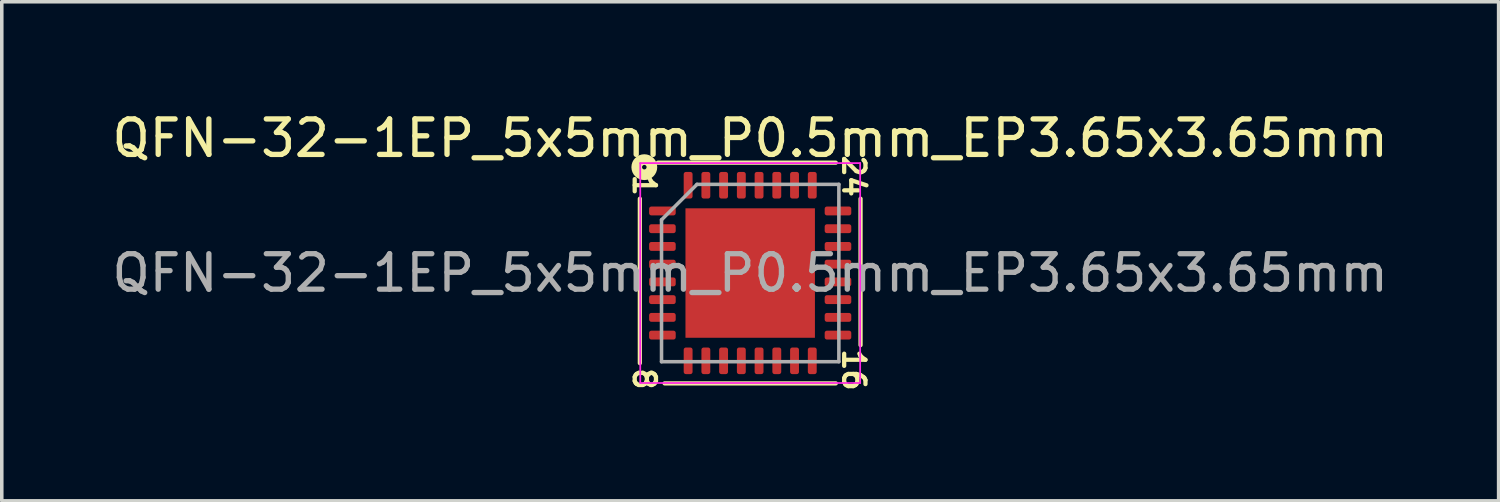
<source format=kicad_pcb>
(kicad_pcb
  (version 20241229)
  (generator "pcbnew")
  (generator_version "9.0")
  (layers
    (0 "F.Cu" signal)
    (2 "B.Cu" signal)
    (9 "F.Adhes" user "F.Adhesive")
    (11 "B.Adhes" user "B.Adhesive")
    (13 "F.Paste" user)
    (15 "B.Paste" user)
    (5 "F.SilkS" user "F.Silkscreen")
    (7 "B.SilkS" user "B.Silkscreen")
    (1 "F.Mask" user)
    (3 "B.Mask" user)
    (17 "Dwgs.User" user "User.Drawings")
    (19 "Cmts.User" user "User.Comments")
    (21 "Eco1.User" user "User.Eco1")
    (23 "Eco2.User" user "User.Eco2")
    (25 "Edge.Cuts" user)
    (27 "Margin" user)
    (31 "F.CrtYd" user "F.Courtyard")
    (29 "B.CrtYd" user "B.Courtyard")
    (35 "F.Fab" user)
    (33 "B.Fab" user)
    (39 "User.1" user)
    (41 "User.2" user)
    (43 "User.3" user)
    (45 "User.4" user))
  (footprint "QFN-32-1EP_5x5mm_P0.5mm_EP3.65x3.65mm"
    (layer "F.Cu")
    (at 18.101 4.648)
    (property "Reference" "QFN-32-1EP_5x5mm_P0.5mm_EP3.65x3.65mm" (at 0 -3.8 0) (layer "F.SilkS") (effects (font (size 1 1) (thickness 0.15))))
    (attr smd)
    (fp_line (start -3.111 -2.095) (end -3.111 2.54) (stroke (width 0.12) (type solid)) (layer "F.SilkS"))
    (fp_line (start -2.413 3.111) (end 2.413 3.111) (stroke (width 0.12) (type solid)) (layer "F.SilkS"))
    (fp_line (start 2.413 -3.111) (end -2.603 -3.111) (stroke (width 0.12) (type solid)) (layer "F.SilkS"))
    (fp_line (start 3.111 2.032) (end 3.111 -2.095) (stroke (width 0.12) (type solid)) (layer "F.SilkS"))
    (fp_circle (center -2.985 -2.985) (end -2.921 -2.985) (stroke (width 0.3) (type solid)) (fill no) (layer "F.SilkS"))
    (fp_line (start -3.1 -3.1) (end -3.1 3.1) (stroke (width 0.05) (type solid)) (layer "F.CrtYd"))
    (fp_line (start -3.1 3.1) (end 3.1 3.1) (stroke (width 0.05) (type solid)) (layer "F.CrtYd"))
    (fp_line (start 3.1 -3.1) (end -3.1 -3.1) (stroke (width 0.05) (type solid)) (layer "F.CrtYd"))
    (fp_line (start 3.1 3.1) (end 3.1 -3.1) (stroke (width 0.05) (type solid)) (layer "F.CrtYd"))
    (fp_line (start -2.5 -1.5) (end -1.5 -2.5) (stroke (width 0.1) (type solid)) (layer "F.Fab"))
    (fp_line (start -2.5 2.5) (end -2.5 -1.5) (stroke (width 0.1) (type solid)) (layer "F.Fab"))
    (fp_line (start -1.5 -2.5) (end 2.5 -2.5) (stroke (width 0.1) (type solid)) (layer "F.Fab"))
    (fp_line (start 2.5 -2.5) (end 2.5 2.5) (stroke (width 0.1) (type solid)) (layer "F.Fab"))
    (fp_line (start 2.5 2.5) (end -2.5 2.5) (stroke (width 0.1) (type solid)) (layer "F.Fab"))
    (fp_text user "16" (at 2.921 2.731 270) (unlocked yes) (layer "F.SilkS") (effects (font (size 0.6 0.6) (thickness 0.12))))
    (fp_text user "24" (at 2.921 -2.731 270) (unlocked yes) (layer "F.SilkS") (effects (font (size 0.6 0.6) (thickness 0.12))))
    (fp_text user "1" (at -2.985 -2.477 270) (unlocked yes) (layer "F.SilkS") (effects (font (size 0.6 0.6) (thickness 0.12))))
    (fp_text user "8" (at -2.985 2.985 270) (unlocked yes) (layer "F.SilkS") (effects (font (size 0.6 0.6) (thickness 0.12))))
    (fp_text user "${REFERENCE}" (at 0 0 0) (layer "F.Fab") (effects (font (size 1 1) (thickness 0.15))))
    (pad "" smd roundrect (at -1.22 -1.22) (size 0.98 0.98) (layers "F.Paste") (roundrect_rratio 0.25))
    (pad "" smd roundrect (at -1.22 0) (size 0.98 0.98) (layers "F.Paste") (roundrect_rratio 0.25))
    (pad "" smd roundrect (at -1.22 1.22) (size 0.98 0.98) (layers "F.Paste") (roundrect_rratio 0.25))
    (pad "" smd roundrect (at 0 -1.22) (size 0.98 0.98) (layers "F.Paste") (roundrect_rratio 0.25))
    (pad "" smd roundrect (at 0 0) (size 0.98 0.98) (layers "F.Paste") (roundrect_rratio 0.25))
    (pad "" smd roundrect (at 0 1.22) (size 0.98 0.98) (layers "F.Paste") (roundrect_rratio 0.25))
    (pad "" smd roundrect (at 1.22 -1.22) (size 0.98 0.98) (layers "F.Paste") (roundrect_rratio 0.25))
    (pad "" smd roundrect (at 1.22 0) (size 0.98 0.98) (layers "F.Paste") (roundrect_rratio 0.25))
    (pad "" smd roundrect (at 1.22 1.22) (size 0.98 0.98) (layers "F.Paste") (roundrect_rratio 0.25))
    (pad "1" smd roundrect (at -2.475 -1.75) (size 0.75 0.25) (layers "F.Cu" "F.Mask" "F.Paste") (roundrect_rratio 0.25))
    (pad "2" smd roundrect (at -2.475 -1.25) (size 0.75 0.25) (layers "F.Cu" "F.Mask" "F.Paste") (roundrect_rratio 0.25))
    (pad "3" smd roundrect (at -2.475 -0.75) (size 0.75 0.25) (layers "F.Cu" "F.Mask" "F.Paste") (roundrect_rratio 0.25))
    (pad "4" smd roundrect (at -2.475 -0.25) (size 0.75 0.25) (layers "F.Cu" "F.Mask" "F.Paste") (roundrect_rratio 0.25))
    (pad "5" smd roundrect (at -2.475 0.25) (size 0.75 0.25) (layers "F.Cu" "F.Mask" "F.Paste") (roundrect_rratio 0.25))
    (pad "6" smd roundrect (at -2.475 0.75) (size 0.75 0.25) (layers "F.Cu" "F.Mask" "F.Paste") (roundrect_rratio 0.25))
    (pad "7" smd roundrect (at -2.475 1.25) (size 0.75 0.25) (layers "F.Cu" "F.Mask" "F.Paste") (roundrect_rratio 0.25))
    (pad "8" smd roundrect (at -2.475 1.75) (size 0.75 0.25) (layers "F.Cu" "F.Mask" "F.Paste") (roundrect_rratio 0.25))
    (pad "9" smd roundrect (at -1.75 2.475) (size 0.25 0.75) (layers "F.Cu" "F.Mask" "F.Paste") (roundrect_rratio 0.25))
    (pad "10" smd roundrect (at -1.25 2.475) (size 0.25 0.75) (layers "F.Cu" "F.Mask" "F.Paste") (roundrect_rratio 0.25))
    (pad "11" smd roundrect (at -0.75 2.475) (size 0.25 0.75) (layers "F.Cu" "F.Mask" "F.Paste") (roundrect_rratio 0.25))
    (pad "12" smd roundrect (at -0.25 2.475) (size 0.25 0.75) (layers "F.Cu" "F.Mask" "F.Paste") (roundrect_rratio 0.25))
    (pad "13" smd roundrect (at 0.25 2.475) (size 0.25 0.75) (layers "F.Cu" "F.Mask" "F.Paste") (roundrect_rratio 0.25))
    (pad "14" smd roundrect (at 0.75 2.475) (size 0.25 0.75) (layers "F.Cu" "F.Mask" "F.Paste") (roundrect_rratio 0.25))
    (pad "15" smd roundrect (at 1.25 2.475) (size 0.25 0.75) (layers "F.Cu" "F.Mask" "F.Paste") (roundrect_rratio 0.25))
    (pad "16" smd roundrect (at 1.75 2.475) (size 0.25 0.75) (layers "F.Cu" "F.Mask" "F.Paste") (roundrect_rratio 0.25))
    (pad "17" smd roundrect (at 2.475 1.75) (size 0.75 0.25) (layers "F.Cu" "F.Mask" "F.Paste") (roundrect_rratio 0.25))
    (pad "18" smd roundrect (at 2.475 1.25) (size 0.75 0.25) (layers "F.Cu" "F.Mask" "F.Paste") (roundrect_rratio 0.25))
    (pad "19" smd roundrect (at 2.475 0.75) (size 0.75 0.25) (layers "F.Cu" "F.Mask" "F.Paste") (roundrect_rratio 0.25))
    (pad "20" smd roundrect (at 2.475 0.25) (size 0.75 0.25) (layers "F.Cu" "F.Mask" "F.Paste") (roundrect_rratio 0.25))
    (pad "21" smd roundrect (at 2.475 -0.25) (size 0.75 0.25) (layers "F.Cu" "F.Mask" "F.Paste") (roundrect_rratio 0.25))
    (pad "22" smd roundrect (at 2.475 -0.75) (size 0.75 0.25) (layers "F.Cu" "F.Mask" "F.Paste") (roundrect_rratio 0.25))
    (pad "23" smd roundrect (at 2.475 -1.25) (size 0.75 0.25) (layers "F.Cu" "F.Mask" "F.Paste") (roundrect_rratio 0.25))
    (pad "24" smd roundrect (at 2.475 -1.75) (size 0.75 0.25) (layers "F.Cu" "F.Mask" "F.Paste") (roundrect_rratio 0.25))
    (pad "25" smd roundrect (at 1.75 -2.475) (size 0.25 0.75) (layers "F.Cu" "F.Mask" "F.Paste") (roundrect_rratio 0.25))
    (pad "26" smd roundrect (at 1.25 -2.475) (size 0.25 0.75) (layers "F.Cu" "F.Mask" "F.Paste") (roundrect_rratio 0.25))
    (pad "27" smd roundrect (at 0.75 -2.475) (size 0.25 0.75) (layers "F.Cu" "F.Mask" "F.Paste") (roundrect_rratio 0.25))
    (pad "28" smd roundrect (at 0.25 -2.475) (size 0.25 0.75) (layers "F.Cu" "F.Mask" "F.Paste") (roundrect_rratio 0.25))
    (pad "29" smd roundrect (at -0.25 -2.475) (size 0.25 0.75) (layers "F.Cu" "F.Mask" "F.Paste") (roundrect_rratio 0.25))
    (pad "30" smd roundrect (at -0.75 -2.475) (size 0.25 0.75) (layers "F.Cu" "F.Mask" "F.Paste") (roundrect_rratio 0.25))
    (pad "31" smd roundrect (at -1.25 -2.475) (size 0.25 0.75) (layers "F.Cu" "F.Mask" "F.Paste") (roundrect_rratio 0.25))
    (pad "32" smd roundrect (at -1.75 -2.475) (size 0.25 0.75) (layers "F.Cu" "F.Mask" "F.Paste") (roundrect_rratio 0.25))
    (pad "33" smd rect (at 0 0) (size 3.65 3.65) (layers "F.Cu" "F.Mask")))
  (gr_rect
    (start -3 -3)
    (end 39.202 11.07)
    (stroke (width 0.1) (type default))
    (fill no)
    (layer "Edge.Cuts")))
</source>
